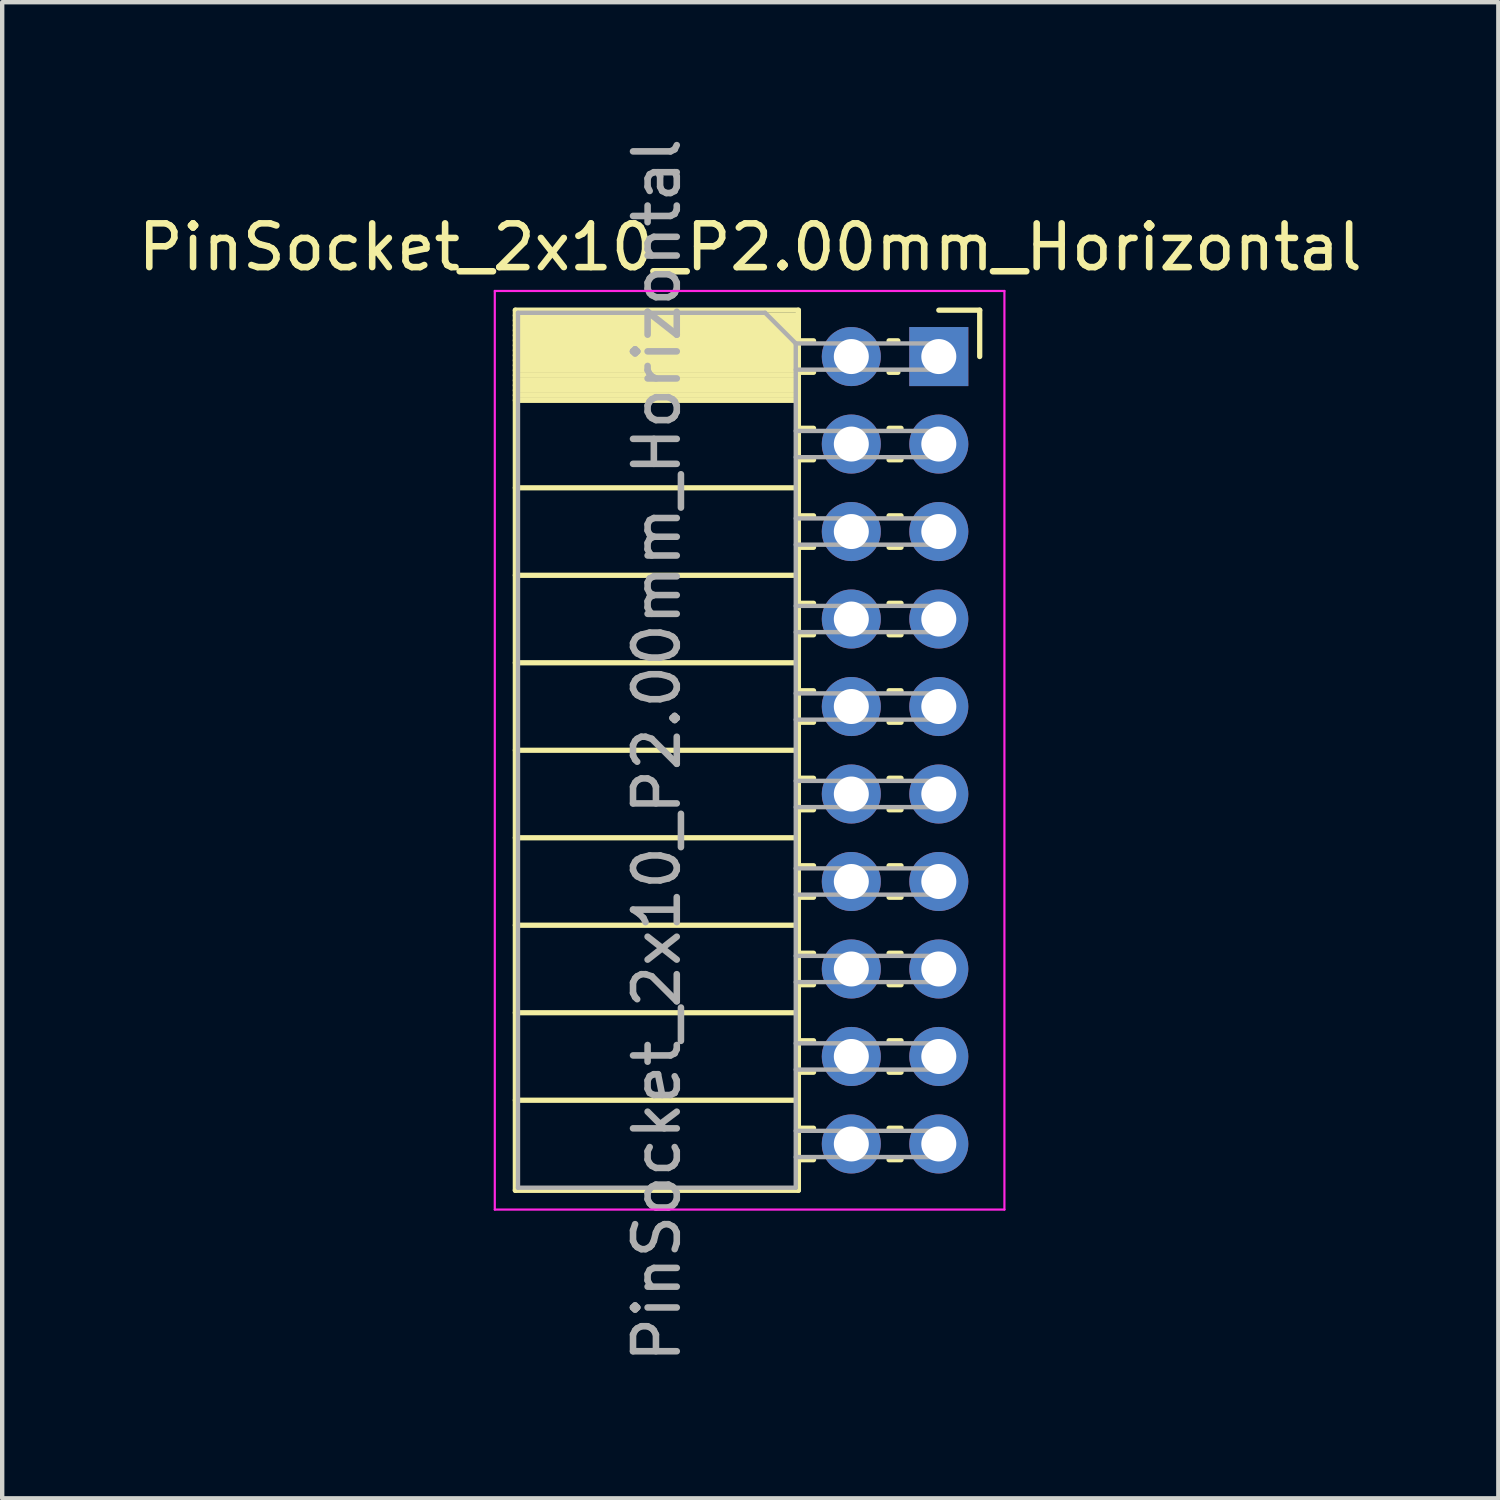
<source format=kicad_pcb>
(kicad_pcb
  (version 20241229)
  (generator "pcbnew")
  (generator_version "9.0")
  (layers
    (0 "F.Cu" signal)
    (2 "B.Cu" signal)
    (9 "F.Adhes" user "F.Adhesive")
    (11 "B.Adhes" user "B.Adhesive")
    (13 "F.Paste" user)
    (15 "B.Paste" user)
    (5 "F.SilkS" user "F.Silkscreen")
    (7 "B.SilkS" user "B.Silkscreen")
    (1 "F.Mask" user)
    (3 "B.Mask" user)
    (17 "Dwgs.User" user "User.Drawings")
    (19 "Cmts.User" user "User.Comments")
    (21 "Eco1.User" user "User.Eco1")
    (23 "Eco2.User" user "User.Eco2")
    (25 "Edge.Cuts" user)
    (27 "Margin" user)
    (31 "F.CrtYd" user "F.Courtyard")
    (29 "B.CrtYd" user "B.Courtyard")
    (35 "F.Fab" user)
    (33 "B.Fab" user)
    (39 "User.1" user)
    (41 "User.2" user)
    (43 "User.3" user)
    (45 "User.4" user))
  (footprint "PinSocket_2x10_P2.00mm_Horizontal"
    (layer "F.Cu")
    (at 18.411 5.101)
    (property "Reference" "PinSocket_2x10_P2.00mm_Horizontal" (at -4.31 -2.5 0) (layer "F.SilkS") (effects (font (size 1 1) (thickness 0.15))))
    (attr through_hole)
    (fp_line (start -9.68 -1.06) (end -9.68 19.06) (stroke (width 0.12) (type solid)) (layer "F.SilkS"))
    (fp_line (start -9.68 -1.06) (end -3.21 -1.06) (stroke (width 0.12) (type solid)) (layer "F.SilkS"))
    (fp_line (start -9.68 -0.94) (end -3.21 -0.94) (stroke (width 0.12) (type solid)) (layer "F.SilkS"))
    (fp_line (start -9.68 -0.826) (end -3.21 -0.826) (stroke (width 0.12) (type solid)) (layer "F.SilkS"))
    (fp_line (start -9.68 -0.712) (end -3.21 -0.712) (stroke (width 0.12) (type solid)) (layer "F.SilkS"))
    (fp_line (start -9.68 -0.598) (end -3.21 -0.598) (stroke (width 0.12) (type solid)) (layer "F.SilkS"))
    (fp_line (start -9.68 -0.484) (end -3.21 -0.484) (stroke (width 0.12) (type solid)) (layer "F.SilkS"))
    (fp_line (start -9.68 -0.369) (end -3.21 -0.369) (stroke (width 0.12) (type solid)) (layer "F.SilkS"))
    (fp_line (start -9.68 -0.255) (end -3.21 -0.255) (stroke (width 0.12) (type solid)) (layer "F.SilkS"))
    (fp_line (start -9.68 -0.141) (end -3.21 -0.141) (stroke (width 0.12) (type solid)) (layer "F.SilkS"))
    (fp_line (start -9.68 -0.027) (end -3.21 -0.027) (stroke (width 0.12) (type solid)) (layer "F.SilkS"))
    (fp_line (start -9.68 0.087) (end -3.21 0.087) (stroke (width 0.12) (type solid)) (layer "F.SilkS"))
    (fp_line (start -9.68 0.201) (end -3.21 0.201) (stroke (width 0.12) (type solid)) (layer "F.SilkS"))
    (fp_line (start -9.68 0.315) (end -3.21 0.315) (stroke (width 0.12) (type solid)) (layer "F.SilkS"))
    (fp_line (start -9.68 0.429) (end -3.21 0.429) (stroke (width 0.12) (type solid)) (layer "F.SilkS"))
    (fp_line (start -9.68 0.544) (end -3.21 0.544) (stroke (width 0.12) (type solid)) (layer "F.SilkS"))
    (fp_line (start -9.68 0.658) (end -3.21 0.658) (stroke (width 0.12) (type solid)) (layer "F.SilkS"))
    (fp_line (start -9.68 0.772) (end -3.21 0.772) (stroke (width 0.12) (type solid)) (layer "F.SilkS"))
    (fp_line (start -9.68 0.886) (end -3.21 0.886) (stroke (width 0.12) (type solid)) (layer "F.SilkS"))
    (fp_line (start -9.68 1) (end -3.21 1) (stroke (width 0.12) (type solid)) (layer "F.SilkS"))
    (fp_line (start -9.68 3) (end -3.21 3) (stroke (width 0.12) (type solid)) (layer "F.SilkS"))
    (fp_line (start -9.68 5) (end -3.21 5) (stroke (width 0.12) (type solid)) (layer "F.SilkS"))
    (fp_line (start -9.68 7) (end -3.21 7) (stroke (width 0.12) (type solid)) (layer "F.SilkS"))
    (fp_line (start -9.68 9) (end -3.21 9) (stroke (width 0.12) (type solid)) (layer "F.SilkS"))
    (fp_line (start -9.68 11) (end -3.21 11) (stroke (width 0.12) (type solid)) (layer "F.SilkS"))
    (fp_line (start -9.68 13) (end -3.21 13) (stroke (width 0.12) (type solid)) (layer "F.SilkS"))
    (fp_line (start -9.68 15) (end -3.21 15) (stroke (width 0.12) (type solid)) (layer "F.SilkS"))
    (fp_line (start -9.68 17) (end -3.21 17) (stroke (width 0.12) (type solid)) (layer "F.SilkS"))
    (fp_line (start -9.68 19.06) (end -3.21 19.06) (stroke (width 0.12) (type solid)) (layer "F.SilkS"))
    (fp_line (start -3.21 -1.06) (end -3.21 19.06) (stroke (width 0.12) (type solid)) (layer "F.SilkS"))
    (fp_line (start -3.21 -0.36) (end -2.863 -0.36) (stroke (width 0.12) (type solid)) (layer "F.SilkS"))
    (fp_line (start -3.21 0.36) (end -2.863 0.36) (stroke (width 0.12) (type solid)) (layer "F.SilkS"))
    (fp_line (start -3.21 1.64) (end -2.863 1.64) (stroke (width 0.12) (type solid)) (layer "F.SilkS"))
    (fp_line (start -3.21 2.36) (end -2.863 2.36) (stroke (width 0.12) (type solid)) (layer "F.SilkS"))
    (fp_line (start -3.21 3.64) (end -2.863 3.64) (stroke (width 0.12) (type solid)) (layer "F.SilkS"))
    (fp_line (start -3.21 4.36) (end -2.863 4.36) (stroke (width 0.12) (type solid)) (layer "F.SilkS"))
    (fp_line (start -3.21 5.64) (end -2.863 5.64) (stroke (width 0.12) (type solid)) (layer "F.SilkS"))
    (fp_line (start -3.21 6.36) (end -2.863 6.36) (stroke (width 0.12) (type solid)) (layer "F.SilkS"))
    (fp_line (start -3.21 7.64) (end -2.863 7.64) (stroke (width 0.12) (type solid)) (layer "F.SilkS"))
    (fp_line (start -3.21 8.36) (end -2.863 8.36) (stroke (width 0.12) (type solid)) (layer "F.SilkS"))
    (fp_line (start -3.21 9.64) (end -2.863 9.64) (stroke (width 0.12) (type solid)) (layer "F.SilkS"))
    (fp_line (start -3.21 10.36) (end -2.863 10.36) (stroke (width 0.12) (type solid)) (layer "F.SilkS"))
    (fp_line (start -3.21 11.64) (end -2.863 11.64) (stroke (width 0.12) (type solid)) (layer "F.SilkS"))
    (fp_line (start -3.21 12.36) (end -2.863 12.36) (stroke (width 0.12) (type solid)) (layer "F.SilkS"))
    (fp_line (start -3.21 13.64) (end -2.863 13.64) (stroke (width 0.12) (type solid)) (layer "F.SilkS"))
    (fp_line (start -3.21 14.36) (end -2.863 14.36) (stroke (width 0.12) (type solid)) (layer "F.SilkS"))
    (fp_line (start -3.21 15.64) (end -2.863 15.64) (stroke (width 0.12) (type solid)) (layer "F.SilkS"))
    (fp_line (start -3.21 16.36) (end -2.863 16.36) (stroke (width 0.12) (type solid)) (layer "F.SilkS"))
    (fp_line (start -3.21 17.64) (end -2.863 17.64) (stroke (width 0.12) (type solid)) (layer "F.SilkS"))
    (fp_line (start -3.21 18.36) (end -2.863 18.36) (stroke (width 0.12) (type solid)) (layer "F.SilkS"))
    (fp_line (start -1.137 -0.36) (end -0.935 -0.36) (stroke (width 0.12) (type solid)) (layer "F.SilkS"))
    (fp_line (start -1.137 0.36) (end -0.935 0.36) (stroke (width 0.12) (type solid)) (layer "F.SilkS"))
    (fp_line (start -1.137 1.64) (end -0.863 1.64) (stroke (width 0.12) (type solid)) (layer "F.SilkS"))
    (fp_line (start -1.137 2.36) (end -0.863 2.36) (stroke (width 0.12) (type solid)) (layer "F.SilkS"))
    (fp_line (start -1.137 3.64) (end -0.863 3.64) (stroke (width 0.12) (type solid)) (layer "F.SilkS"))
    (fp_line (start -1.137 4.36) (end -0.863 4.36) (stroke (width 0.12) (type solid)) (layer "F.SilkS"))
    (fp_line (start -1.137 5.64) (end -0.863 5.64) (stroke (width 0.12) (type solid)) (layer "F.SilkS"))
    (fp_line (start -1.137 6.36) (end -0.863 6.36) (stroke (width 0.12) (type solid)) (layer "F.SilkS"))
    (fp_line (start -1.137 7.64) (end -0.863 7.64) (stroke (width 0.12) (type solid)) (layer "F.SilkS"))
    (fp_line (start -1.137 8.36) (end -0.863 8.36) (stroke (width 0.12) (type solid)) (layer "F.SilkS"))
    (fp_line (start -1.137 9.64) (end -0.863 9.64) (stroke (width 0.12) (type solid)) (layer "F.SilkS"))
    (fp_line (start -1.137 10.36) (end -0.863 10.36) (stroke (width 0.12) (type solid)) (layer "F.SilkS"))
    (fp_line (start -1.137 11.64) (end -0.863 11.64) (stroke (width 0.12) (type solid)) (layer "F.SilkS"))
    (fp_line (start -1.137 12.36) (end -0.863 12.36) (stroke (width 0.12) (type solid)) (layer "F.SilkS"))
    (fp_line (start -1.137 13.64) (end -0.863 13.64) (stroke (width 0.12) (type solid)) (layer "F.SilkS"))
    (fp_line (start -1.137 14.36) (end -0.863 14.36) (stroke (width 0.12) (type solid)) (layer "F.SilkS"))
    (fp_line (start -1.137 15.64) (end -0.863 15.64) (stroke (width 0.12) (type solid)) (layer "F.SilkS"))
    (fp_line (start -1.137 16.36) (end -0.863 16.36) (stroke (width 0.12) (type solid)) (layer "F.SilkS"))
    (fp_line (start -1.137 17.64) (end -0.863 17.64) (stroke (width 0.12) (type solid)) (layer "F.SilkS"))
    (fp_line (start -1.137 18.36) (end -0.863 18.36) (stroke (width 0.12) (type solid)) (layer "F.SilkS"))
    (fp_line (start 0 -1.06) (end 0.935 -1.06) (stroke (width 0.12) (type solid)) (layer "F.SilkS"))
    (fp_line (start 0.935 -1.06) (end 0.935 0) (stroke (width 0.12) (type solid)) (layer "F.SilkS"))
    (fp_line (start -10.15 -1.5) (end -10.15 19.5) (stroke (width 0.05) (type solid)) (layer "F.CrtYd"))
    (fp_line (start -10.15 19.5) (end 1.5 19.5) (stroke (width 0.05) (type solid)) (layer "F.CrtYd"))
    (fp_line (start 1.5 -1.5) (end -10.15 -1.5) (stroke (width 0.05) (type solid)) (layer "F.CrtYd"))
    (fp_line (start 1.5 19.5) (end 1.5 -1.5) (stroke (width 0.05) (type solid)) (layer "F.CrtYd"))
    (fp_line (start -9.62 -1) (end -3.97 -1) (stroke (width 0.1) (type solid)) (layer "F.Fab"))
    (fp_line (start -9.62 19) (end -9.62 -1) (stroke (width 0.1) (type solid)) (layer "F.Fab"))
    (fp_line (start -3.97 -1) (end -3.27 -0.3) (stroke (width 0.1) (type solid)) (layer "F.Fab"))
    (fp_line (start -3.27 -0.3) (end -3.27 19) (stroke (width 0.1) (type solid)) (layer "F.Fab"))
    (fp_line (start -3.27 0.3) (end 0 0.3) (stroke (width 0.1) (type solid)) (layer "F.Fab"))
    (fp_line (start -3.27 2.3) (end 0 2.3) (stroke (width 0.1) (type solid)) (layer "F.Fab"))
    (fp_line (start -3.27 4.3) (end 0 4.3) (stroke (width 0.1) (type solid)) (layer "F.Fab"))
    (fp_line (start -3.27 6.3) (end 0 6.3) (stroke (width 0.1) (type solid)) (layer "F.Fab"))
    (fp_line (start -3.27 8.3) (end 0 8.3) (stroke (width 0.1) (type solid)) (layer "F.Fab"))
    (fp_line (start -3.27 10.3) (end 0 10.3) (stroke (width 0.1) (type solid)) (layer "F.Fab"))
    (fp_line (start -3.27 12.3) (end 0 12.3) (stroke (width 0.1) (type solid)) (layer "F.Fab"))
    (fp_line (start -3.27 14.3) (end 0 14.3) (stroke (width 0.1) (type solid)) (layer "F.Fab"))
    (fp_line (start -3.27 16.3) (end 0 16.3) (stroke (width 0.1) (type solid)) (layer "F.Fab"))
    (fp_line (start -3.27 18.3) (end 0 18.3) (stroke (width 0.1) (type solid)) (layer "F.Fab"))
    (fp_line (start -3.27 19) (end -9.62 19) (stroke (width 0.1) (type solid)) (layer "F.Fab"))
    (fp_line (start 0 -0.3) (end -3.27 -0.3) (stroke (width 0.1) (type solid)) (layer "F.Fab"))
    (fp_line (start 0 0.3) (end 0 -0.3) (stroke (width 0.1) (type solid)) (layer "F.Fab"))
    (fp_line (start 0 1.7) (end -3.27 1.7) (stroke (width 0.1) (type solid)) (layer "F.Fab"))
    (fp_line (start 0 2.3) (end 0 1.7) (stroke (width 0.1) (type solid)) (layer "F.Fab"))
    (fp_line (start 0 3.7) (end -3.27 3.7) (stroke (width 0.1) (type solid)) (layer "F.Fab"))
    (fp_line (start 0 4.3) (end 0 3.7) (stroke (width 0.1) (type solid)) (layer "F.Fab"))
    (fp_line (start 0 5.7) (end -3.27 5.7) (stroke (width 0.1) (type solid)) (layer "F.Fab"))
    (fp_line (start 0 6.3) (end 0 5.7) (stroke (width 0.1) (type solid)) (layer "F.Fab"))
    (fp_line (start 0 7.7) (end -3.27 7.7) (stroke (width 0.1) (type solid)) (layer "F.Fab"))
    (fp_line (start 0 8.3) (end 0 7.7) (stroke (width 0.1) (type solid)) (layer "F.Fab"))
    (fp_line (start 0 9.7) (end -3.27 9.7) (stroke (width 0.1) (type solid)) (layer "F.Fab"))
    (fp_line (start 0 10.3) (end 0 9.7) (stroke (width 0.1) (type solid)) (layer "F.Fab"))
    (fp_line (start 0 11.7) (end -3.27 11.7) (stroke (width 0.1) (type solid)) (layer "F.Fab"))
    (fp_line (start 0 12.3) (end 0 11.7) (stroke (width 0.1) (type solid)) (layer "F.Fab"))
    (fp_line (start 0 13.7) (end -3.27 13.7) (stroke (width 0.1) (type solid)) (layer "F.Fab"))
    (fp_line (start 0 14.3) (end 0 13.7) (stroke (width 0.1) (type solid)) (layer "F.Fab"))
    (fp_line (start 0 15.7) (end -3.27 15.7) (stroke (width 0.1) (type solid)) (layer "F.Fab"))
    (fp_line (start 0 16.3) (end 0 15.7) (stroke (width 0.1) (type solid)) (layer "F.Fab"))
    (fp_line (start 0 17.7) (end -3.27 17.7) (stroke (width 0.1) (type solid)) (layer "F.Fab"))
    (fp_line (start 0 18.3) (end 0 17.7) (stroke (width 0.1) (type solid)) (layer "F.Fab"))
    (fp_text user "${REFERENCE}" (at -6.445 9 90) (layer "F.Fab") (effects (font (size 1 1) (thickness 0.15))))
    (pad "1" thru_hole rect (at 0 0) (size 1.35 1.35) (drill 0.8) (layers "*.Cu" "*.Mask"))
    (pad "2" thru_hole oval (at -2 0) (size 1.35 1.35) (drill 0.8) (layers "*.Cu" "*.Mask"))
    (pad "3" thru_hole oval (at 0 2) (size 1.35 1.35) (drill 0.8) (layers "*.Cu" "*.Mask"))
    (pad "4" thru_hole oval (at -2 2) (size 1.35 1.35) (drill 0.8) (layers "*.Cu" "*.Mask"))
    (pad "5" thru_hole oval (at 0 4) (size 1.35 1.35) (drill 0.8) (layers "*.Cu" "*.Mask"))
    (pad "6" thru_hole oval (at -2 4) (size 1.35 1.35) (drill 0.8) (layers "*.Cu" "*.Mask"))
    (pad "7" thru_hole oval (at 0 6) (size 1.35 1.35) (drill 0.8) (layers "*.Cu" "*.Mask"))
    (pad "8" thru_hole oval (at -2 6) (size 1.35 1.35) (drill 0.8) (layers "*.Cu" "*.Mask"))
    (pad "9" thru_hole oval (at 0 8) (size 1.35 1.35) (drill 0.8) (layers "*.Cu" "*.Mask"))
    (pad "10" thru_hole oval (at -2 8) (size 1.35 1.35) (drill 0.8) (layers "*.Cu" "*.Mask"))
    (pad "11" thru_hole oval (at 0 10) (size 1.35 1.35) (drill 0.8) (layers "*.Cu" "*.Mask"))
    (pad "12" thru_hole oval (at -2 10) (size 1.35 1.35) (drill 0.8) (layers "*.Cu" "*.Mask"))
    (pad "13" thru_hole oval (at 0 12) (size 1.35 1.35) (drill 0.8) (layers "*.Cu" "*.Mask"))
    (pad "14" thru_hole oval (at -2 12) (size 1.35 1.35) (drill 0.8) (layers "*.Cu" "*.Mask"))
    (pad "15" thru_hole oval (at 0 14) (size 1.35 1.35) (drill 0.8) (layers "*.Cu" "*.Mask"))
    (pad "16" thru_hole oval (at -2 14) (size 1.35 1.35) (drill 0.8) (layers "*.Cu" "*.Mask"))
    (pad "17" thru_hole oval (at 0 16) (size 1.35 1.35) (drill 0.8) (layers "*.Cu" "*.Mask"))
    (pad "18" thru_hole oval (at -2 16) (size 1.35 1.35) (drill 0.8) (layers "*.Cu" "*.Mask"))
    (pad "19" thru_hole oval (at 0 18) (size 1.35 1.35) (drill 0.8) (layers "*.Cu" "*.Mask"))
    (pad "20" thru_hole oval (at -2 18) (size 1.35 1.35) (drill 0.8) (layers "*.Cu" "*.Mask")))
  (gr_rect
    (start -3 -3)
    (end 31.202 31.202)
    (stroke (width 0.1) (type default))
    (fill no)
    (layer "Edge.Cuts")))
</source>
